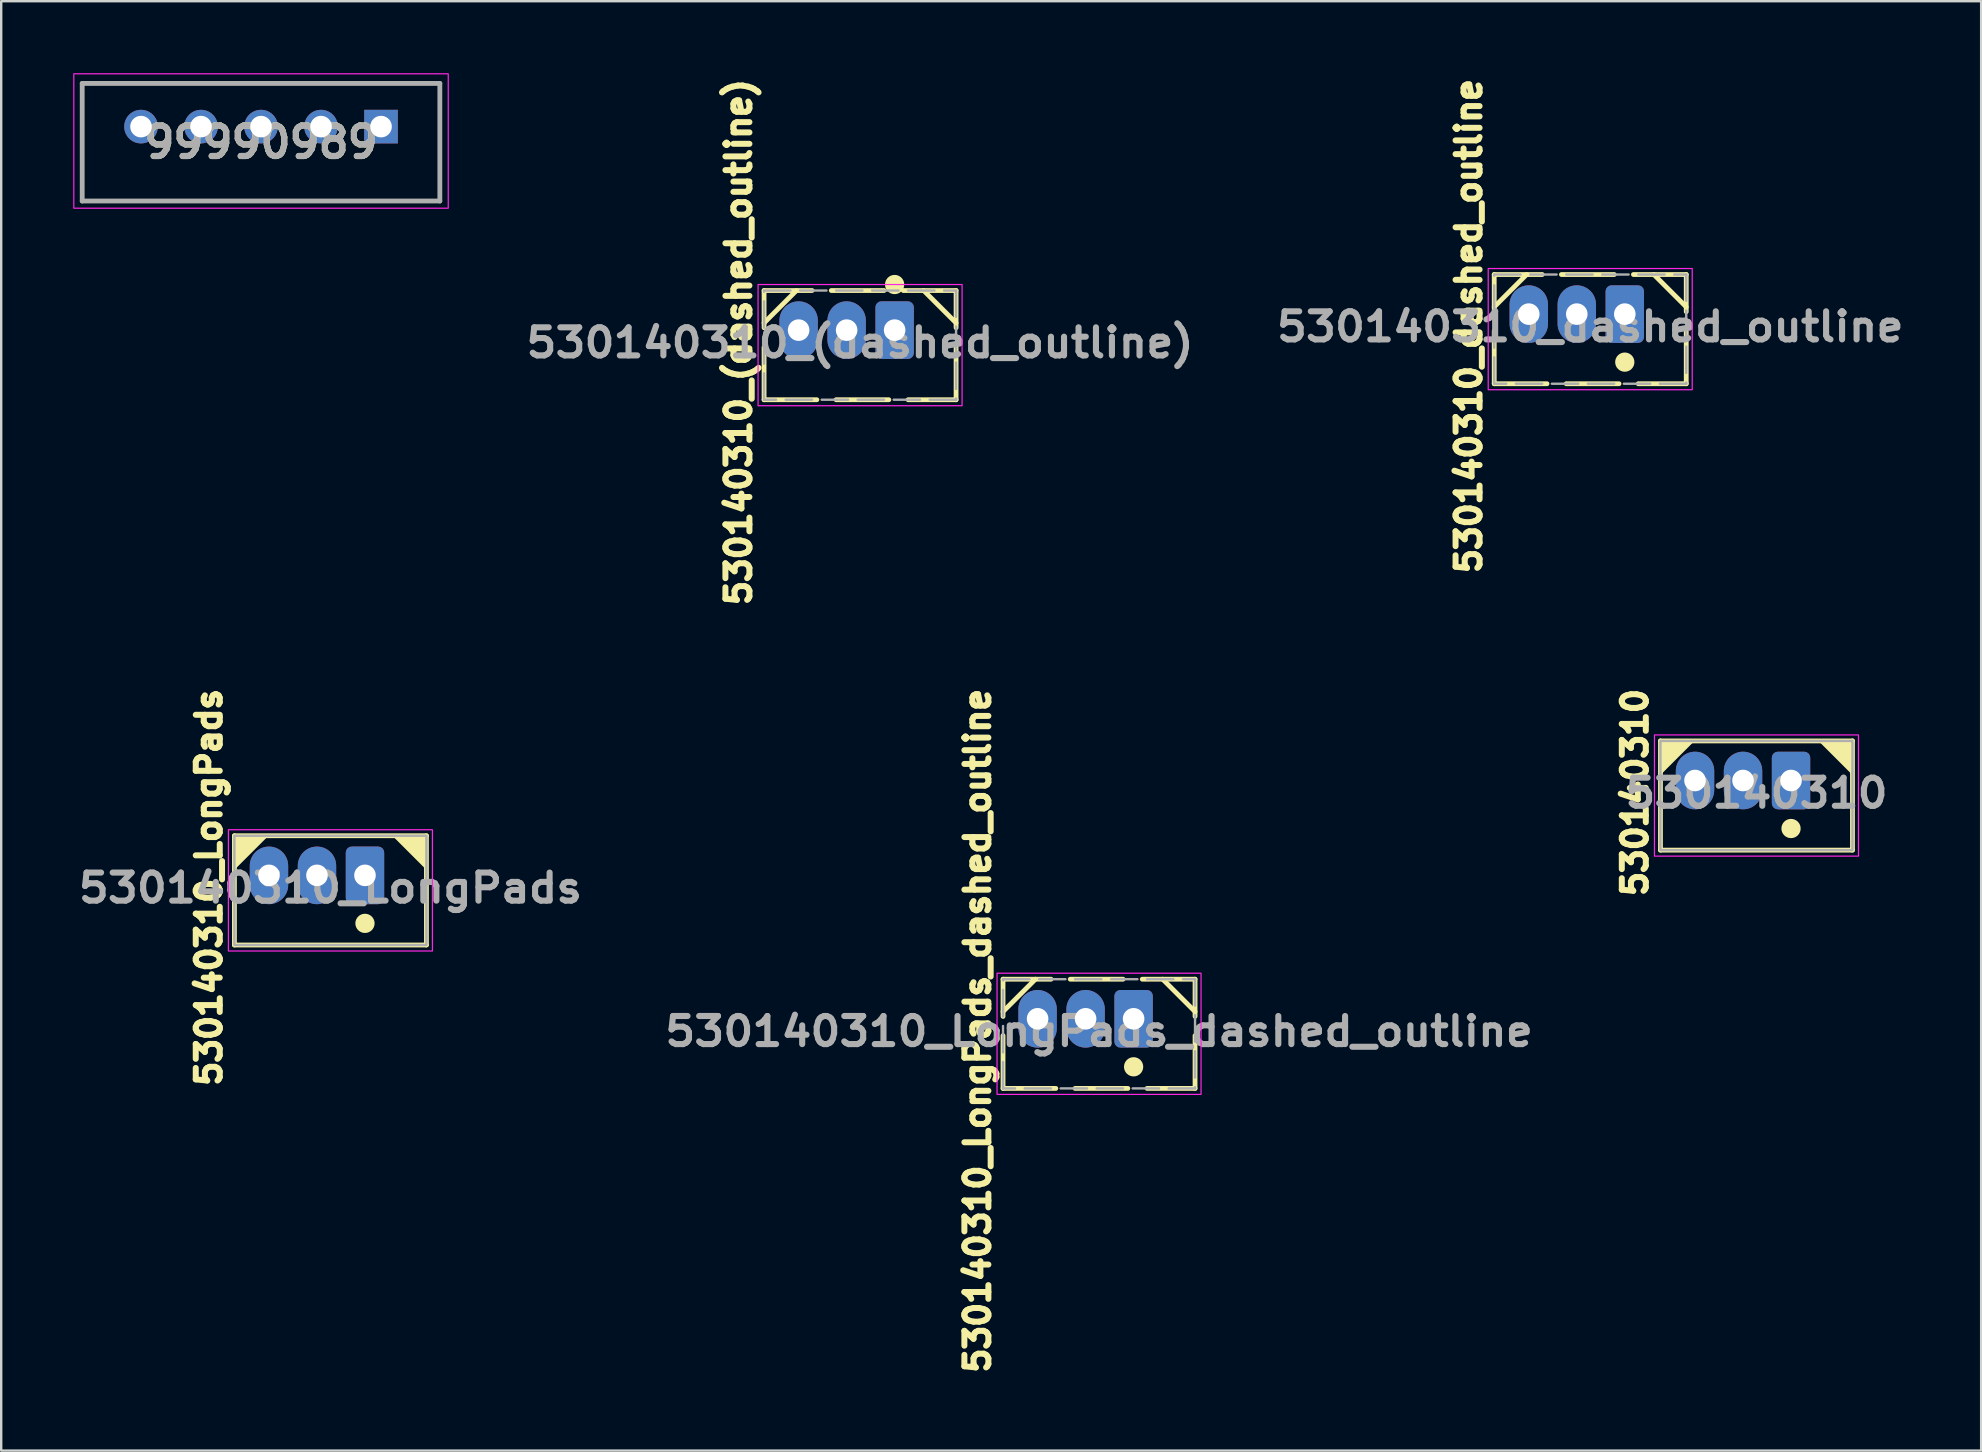
<source format=kicad_pcb>
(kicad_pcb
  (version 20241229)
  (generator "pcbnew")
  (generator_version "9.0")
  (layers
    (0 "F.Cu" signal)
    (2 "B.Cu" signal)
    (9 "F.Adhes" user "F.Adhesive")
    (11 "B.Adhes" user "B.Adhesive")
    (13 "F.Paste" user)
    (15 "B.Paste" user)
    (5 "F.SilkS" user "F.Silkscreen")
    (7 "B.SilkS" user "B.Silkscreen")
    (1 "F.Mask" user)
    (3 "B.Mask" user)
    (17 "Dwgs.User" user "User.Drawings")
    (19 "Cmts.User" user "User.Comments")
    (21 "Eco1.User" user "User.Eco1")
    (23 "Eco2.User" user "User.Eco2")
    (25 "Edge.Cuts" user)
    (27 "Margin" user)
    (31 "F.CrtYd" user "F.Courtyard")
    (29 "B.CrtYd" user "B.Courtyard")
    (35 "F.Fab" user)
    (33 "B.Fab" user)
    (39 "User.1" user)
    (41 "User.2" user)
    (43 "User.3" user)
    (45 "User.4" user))
  (footprint "530140310_(dashed_outline)"
    (layer "F.Cu")
    (at 34.223 10.704)
    (property "Reference" "530140310_(dashed_outline)" (at -6.5 0.5 90) (layer "F.SilkS") (effects (font (size 1 1) (thickness 0.25) (bold yes))))
    (attr through_hole)
    (fp_line (start -5.44 -0.3) (end -4.09 -1.65) (stroke (width 0.2) (type dash)) (layer "F.SilkS"))
    (fp_line (start -5.44 2.9) (end -5.44 -1.65) (stroke (width 0.2) (type dash)) (layer "F.SilkS"))
    (fp_line (start -5.44 2.9) (end 2.56 2.9) (stroke (width 0.2) (type dash)) (layer "F.SilkS"))
    (fp_line (start 2.56 -1.65) (end -5.44 -1.65) (stroke (width 0.2) (type dash)) (layer "F.SilkS"))
    (fp_line (start 2.56 -0.3) (end 1.21 -1.65) (stroke (width 0.2) (type dash)) (layer "F.SilkS"))
    (fp_line (start 2.56 2.9) (end 2.56 -1.65) (stroke (width 0.2) (type dash)) (layer "F.SilkS"))
    (fp_circle (center 0 -1.9) (end 0.001 -1.9) (stroke (width 0.4) (type solid)) (fill no) (layer "F.SilkS"))
    (fp_rect (start -5.69 -1.9) (end 2.81 3.15) (stroke (width 0.05) (type solid)) (fill no) (layer "F.CrtYd"))
    (fp_rect (start -5.44 -1.65) (end 2.56 2.9) (stroke (width 0.1) (type dash)) (fill no) (layer "F.Fab"))
    (fp_circle (center -2 0) (end -1.8 0) (stroke (width 0.4) (type solid)) (fill no) (layer "F.Fab"))
    (fp_circle (center 0 0) (end 0.2 0) (stroke (width 0.4) (type solid)) (fill no) (layer "F.Fab"))
    (fp_text user "${REFERENCE}" (at -1.44 0.525 180) (layer "F.Fab") (effects (font (size 1.17 1.27) (thickness 0.254) (bold yes))))
    (pad "1" thru_hole roundrect (at 0 0) (size 1.6 2.4) (drill 0.9) (layers "*.Cu" "*.Mask") (roundrect_rratio 0.156))
    (pad "2" thru_hole oval (at -2 0) (size 1.6 2.4) (drill 0.9) (layers "*.Cu" "*.Mask"))
    (pad "3" thru_hole oval (at -4 0) (size 1.6 2.4) (drill 0.9) (layers "*.Cu" "*.Mask")))
  (footprint "530140310_dashed_outline"
    (layer "F.Cu")
    (at 64.643 10.037)
    (property "Reference" "530140310_dashed_outline" (at -6.5 0.5 90) (layer "F.SilkS") (effects (font (size 1 1) (thickness 0.25) (bold yes))))
    (attr through_hole)
    (fp_line (start -5.44 -0.3) (end -4.09 -1.65) (stroke (width 0.2) (type dash)) (layer "F.SilkS"))
    (fp_line (start -5.44 2.9) (end -5.44 -1.65) (stroke (width 0.2) (type dash)) (layer "F.SilkS"))
    (fp_line (start -5.44 2.9) (end 2.56 2.9) (stroke (width 0.2) (type dash)) (layer "F.SilkS"))
    (fp_line (start 2.56 -1.65) (end -5.44 -1.65) (stroke (width 0.2) (type dash)) (layer "F.SilkS"))
    (fp_line (start 2.56 -0.3) (end 1.21 -1.65) (stroke (width 0.2) (type dash)) (layer "F.SilkS"))
    (fp_line (start 2.56 2.9) (end 2.56 -1.65) (stroke (width 0.2) (type dash)) (layer "F.SilkS"))
    (fp_circle (center 0 2) (end 0.001 2) (stroke (width 0.4) (type solid)) (fill no) (layer "F.SilkS"))
    (fp_rect (start -5.69 -1.9) (end 2.81 3.15) (stroke (width 0.05) (type solid)) (fill no) (layer "F.CrtYd"))
    (fp_rect (start -5.44 -1.65) (end 2.56 2.9) (stroke (width 0.1) (type dash)) (fill no) (layer "F.Fab"))
    (fp_circle (center -2 0) (end -1.8 0) (stroke (width 0.4) (type solid)) (fill no) (layer "F.Fab"))
    (fp_circle (center 0 0) (end 0.2 0) (stroke (width 0.4) (type solid)) (fill no) (layer "F.Fab"))
    (fp_text user "${REFERENCE}" (at -1.44 0.525 180) (layer "F.Fab") (effects (font (size 1.17 1.27) (thickness 0.254) (bold yes))))
    (pad "1" thru_hole roundrect (at 0 0) (size 1.6 2.4) (drill 0.9) (layers "*.Cu" "*.Mask") (roundrect_rratio 0.156))
    (pad "2" thru_hole oval (at -2 0) (size 1.6 2.4) (drill 0.9) (layers "*.Cu" "*.Mask"))
    (pad "3" thru_hole oval (at -4 0) (size 1.6 2.4) (drill 0.9) (layers "*.Cu" "*.Mask")))
  (footprint "530140310_LongPads"
    (layer "F.Cu")
    (at 12.156 33.42)
    (property "Reference" "530140310_LongPads" (at -6.5 0.5 90) (layer "F.SilkS") (effects (font (size 1 1) (thickness 0.25) (bold yes))))
    (attr through_hole)
    (fp_line (start -5.44 -1.65) (end -5.44 2.9) (stroke (width 0.2) (type solid)) (layer "F.SilkS"))
    (fp_line (start -5.44 2.9) (end 2.56 2.9) (stroke (width 0.2) (type solid)) (layer "F.SilkS"))
    (fp_line (start 2.56 -1.65) (end -5.44 -1.65) (stroke (width 0.2) (type solid)) (layer "F.SilkS"))
    (fp_line (start 2.56 2.9) (end 2.56 -1.65) (stroke (width 0.2) (type solid)) (layer "F.SilkS"))
    (fp_circle (center 0 2) (end 0.001 2) (stroke (width 0.4) (type solid)) (fill no) (layer "F.SilkS"))
    (fp_poly (pts (xy -5.44 -1.65) (xy -4.09 -1.65) (xy -5.44 -0.3)) (stroke (width 0.1) (type solid)) (fill yes) (layer "F.SilkS"))
    (fp_poly (pts (xy 2.56 -1.65) (xy 1.21 -1.65) (xy 2.56 -0.3)) (stroke (width 0.1) (type solid)) (fill yes) (layer "F.SilkS"))
    (fp_rect (start -5.69 -1.9) (end 2.81 3.15) (stroke (width 0.05) (type solid)) (fill no) (layer "F.CrtYd"))
    (fp_rect (start -5.44 -1.65) (end 2.56 2.9) (stroke (width 0.1) (type solid)) (fill no) (layer "F.Fab"))
    (fp_circle (center -2 0) (end -1.8 0) (stroke (width 0.4) (type solid)) (fill no) (layer "F.Fab"))
    (fp_circle (center 0 0) (end 0.2 0) (stroke (width 0.4) (type solid)) (fill no) (layer "F.Fab"))
    (fp_text user "${REFERENCE}" (at -1.44 0.525 180) (layer "F.Fab") (effects (font (size 1.17 1.27) (thickness 0.254) (bold yes))))
    (pad "1" thru_hole roundrect (at 0 0) (size 1.6 2.4) (drill 0.9) (layers "*.Cu" "*.Mask") (roundrect_rratio 0.156))
    (pad "2" thru_hole oval (at -2 0) (size 1.6 2.4) (drill 0.9) (layers "*.Cu" "*.Mask"))
    (pad "3" thru_hole oval (at -4 0) (size 1.6 2.4) (drill 0.9) (layers "*.Cu" "*.Mask")))
  (footprint "530140310_LongPads_dashed_outline"
    (layer "F.Cu")
    (at 44.179 39.396)
    (property "Reference" "530140310_LongPads_dashed_outline" (at -6.5 0.5 90) (layer "F.SilkS") (effects (font (size 1 1) (thickness 0.25) (bold yes))))
    (attr through_hole)
    (fp_line (start -5.44 -0.3) (end -4.09 -1.65) (stroke (width 0.2) (type dash)) (layer "F.SilkS"))
    (fp_line (start -5.44 2.9) (end -5.44 -1.65) (stroke (width 0.2) (type dash)) (layer "F.SilkS"))
    (fp_line (start -5.44 2.9) (end 2.56 2.9) (stroke (width 0.2) (type dash)) (layer "F.SilkS"))
    (fp_line (start 2.56 -1.65) (end -5.44 -1.65) (stroke (width 0.2) (type dash)) (layer "F.SilkS"))
    (fp_line (start 2.56 -0.3) (end 1.21 -1.65) (stroke (width 0.2) (type dash)) (layer "F.SilkS"))
    (fp_line (start 2.56 2.9) (end 2.56 -1.65) (stroke (width 0.2) (type dash)) (layer "F.SilkS"))
    (fp_circle (center 0 2) (end 0.001 2) (stroke (width 0.4) (type solid)) (fill no) (layer "F.SilkS"))
    (fp_rect (start -5.69 -1.9) (end 2.81 3.15) (stroke (width 0.05) (type solid)) (fill no) (layer "F.CrtYd"))
    (fp_rect (start -5.44 -1.65) (end 2.56 2.9) (stroke (width 0.1) (type dash)) (fill no) (layer "F.Fab"))
    (fp_circle (center -2 0) (end -1.8 0) (stroke (width 0.4) (type solid)) (fill no) (layer "F.Fab"))
    (fp_circle (center 0 0) (end 0.2 0) (stroke (width 0.4) (type solid)) (fill no) (layer "F.Fab"))
    (fp_text user "${REFERENCE}" (at -1.44 0.525 180) (layer "F.Fab") (effects (font (size 1.17 1.27) (thickness 0.254) (bold yes))))
    (pad "1" thru_hole roundrect (at 0 0) (size 1.6 2.4) (drill 0.9) (layers "*.Cu" "*.Mask") (roundrect_rratio 0.156))
    (pad "2" thru_hole oval (at -2 0) (size 1.6 2.4) (drill 0.9) (layers "*.Cu" "*.Mask"))
    (pad "3" thru_hole oval (at -4 0) (size 1.6 2.4) (drill 0.9) (layers "*.Cu" "*.Mask")))
  (footprint "530140310"
    (layer "F.Cu")
    (at 71.569 29.468)
    (property "Reference" "530140310" (at -6.5 0.5 90) (layer "F.SilkS") (effects (font (size 1 1) (thickness 0.25) (bold yes))))
    (attr through_hole)
    (fp_line (start -5.44 -1.65) (end -5.44 2.9) (stroke (width 0.2) (type solid)) (layer "F.SilkS"))
    (fp_line (start -5.44 2.9) (end 2.56 2.9) (stroke (width 0.2) (type solid)) (layer "F.SilkS"))
    (fp_line (start 2.56 -1.65) (end -5.44 -1.65) (stroke (width 0.2) (type solid)) (layer "F.SilkS"))
    (fp_line (start 2.56 2.9) (end 2.56 -1.65) (stroke (width 0.2) (type solid)) (layer "F.SilkS"))
    (fp_circle (center 0 2) (end 0.001 2) (stroke (width 0.4) (type solid)) (fill no) (layer "F.SilkS"))
    (fp_poly (pts (xy -5.44 -1.65) (xy -4.09 -1.65) (xy -5.44 -0.3)) (stroke (width 0.1) (type solid)) (fill yes) (layer "F.SilkS"))
    (fp_poly (pts (xy 2.56 -1.65) (xy 1.21 -1.65) (xy 2.56 -0.3)) (stroke (width 0.1) (type solid)) (fill yes) (layer "F.SilkS"))
    (fp_rect (start -5.69 -1.9) (end 2.81 3.15) (stroke (width 0.05) (type solid)) (fill no) (layer "F.CrtYd"))
    (fp_rect (start -5.44 -1.65) (end 2.56 2.9) (stroke (width 0.1) (type solid)) (fill no) (layer "F.Fab"))
    (fp_circle (center -2 0) (end -1.8 0) (stroke (width 0.4) (type solid)) (fill no) (layer "F.Fab"))
    (fp_circle (center 0 0) (end 0.2 0) (stroke (width 0.4) (type solid)) (fill no) (layer "F.Fab"))
    (fp_text user "${REFERENCE}" (at -1.44 0.525 180) (layer "F.Fab") (effects (font (size 1.17 1.27) (thickness 0.254) (bold yes))))
    (pad "1" thru_hole roundrect (at 0 0) (size 1.6 2.4) (drill 0.9) (layers "*.Cu" "*.Mask") (roundrect_rratio 0.156))
    (pad "2" thru_hole oval (at -2 0) (size 1.6 2.4) (drill 0.9) (layers "*.Cu" "*.Mask"))
    (pad "3" thru_hole oval (at -4 0) (size 1.6 2.4) (drill 0.9) (layers "*.Cu" "*.Mask")))
  (footprint "99990989"
    (layer "F.Cu")
    (at 12.825 2.225)
    (property "Reference" "99990989" (at -5 0.65 0) (layer "F.SilkS") (effects (font (size 1.27 1.27) (thickness 0.254))))
    (attr through_hole)
    (fp_line (start -12.45 -1.8) (end 2.45 -1.8) (stroke (width 0.15) (type solid)) (layer "F.SilkS"))
    (fp_line (start -12.45 3.1) (end -12.45 -1.8) (stroke (width 0.15) (type solid)) (layer "F.SilkS"))
    (fp_line (start 2.45 -1.8) (end 2.45 3.1) (stroke (width 0.15) (type solid)) (layer "F.SilkS"))
    (fp_line (start 2.45 3.1) (end -12.45 3.1) (stroke (width 0.15) (type solid)) (layer "F.SilkS"))
    (fp_rect (start -12.8 -2.2) (end 2.8 3.4) (stroke (width 0.05) (type default)) (fill no) (layer "F.CrtYd"))
    (fp_line (start -12.45 -1.8) (end 2.45 -1.8) (stroke (width 0.2) (type solid)) (layer "F.Fab"))
    (fp_line (start -12.45 3.1) (end -12.45 -1.8) (stroke (width 0.2) (type solid)) (layer "F.Fab"))
    (fp_line (start 2.45 -1.8) (end 2.45 3.1) (stroke (width 0.2) (type solid)) (layer "F.Fab"))
    (fp_line (start 2.45 3.1) (end -12.45 3.1) (stroke (width 0.2) (type solid)) (layer "F.Fab"))
    (fp_text user "${REFERENCE}" (at -5 0.65 0) (layer "F.Fab") (effects (font (size 1.27 1.27) (thickness 0.254))))
    (pad "1" thru_hole rect (at 0 0) (size 1.4 1.4) (drill 0.9) (layers "*.Cu" "*.Mask"))
    (pad "2" thru_hole circle (at -2.5 0) (size 1.4 1.4) (drill 0.9) (layers "*.Cu" "*.Mask"))
    (pad "3" thru_hole circle (at -5 0) (size 1.4 1.4) (drill 0.9) (layers "*.Cu" "*.Mask"))
    (pad "4" thru_hole circle (at -7.5 0) (size 1.4 1.4) (drill 0.9) (layers "*.Cu" "*.Mask"))
    (pad "5" thru_hole circle (at -10 0) (size 1.4 1.4) (drill 0.9) (layers "*.Cu" "*.Mask")))
  (gr_rect
    (start -3 -3)
    (end 79.49 57.386)
    (stroke (width 0.1) (type default))
    (fill no)
    (layer "Edge.Cuts")))
</source>
